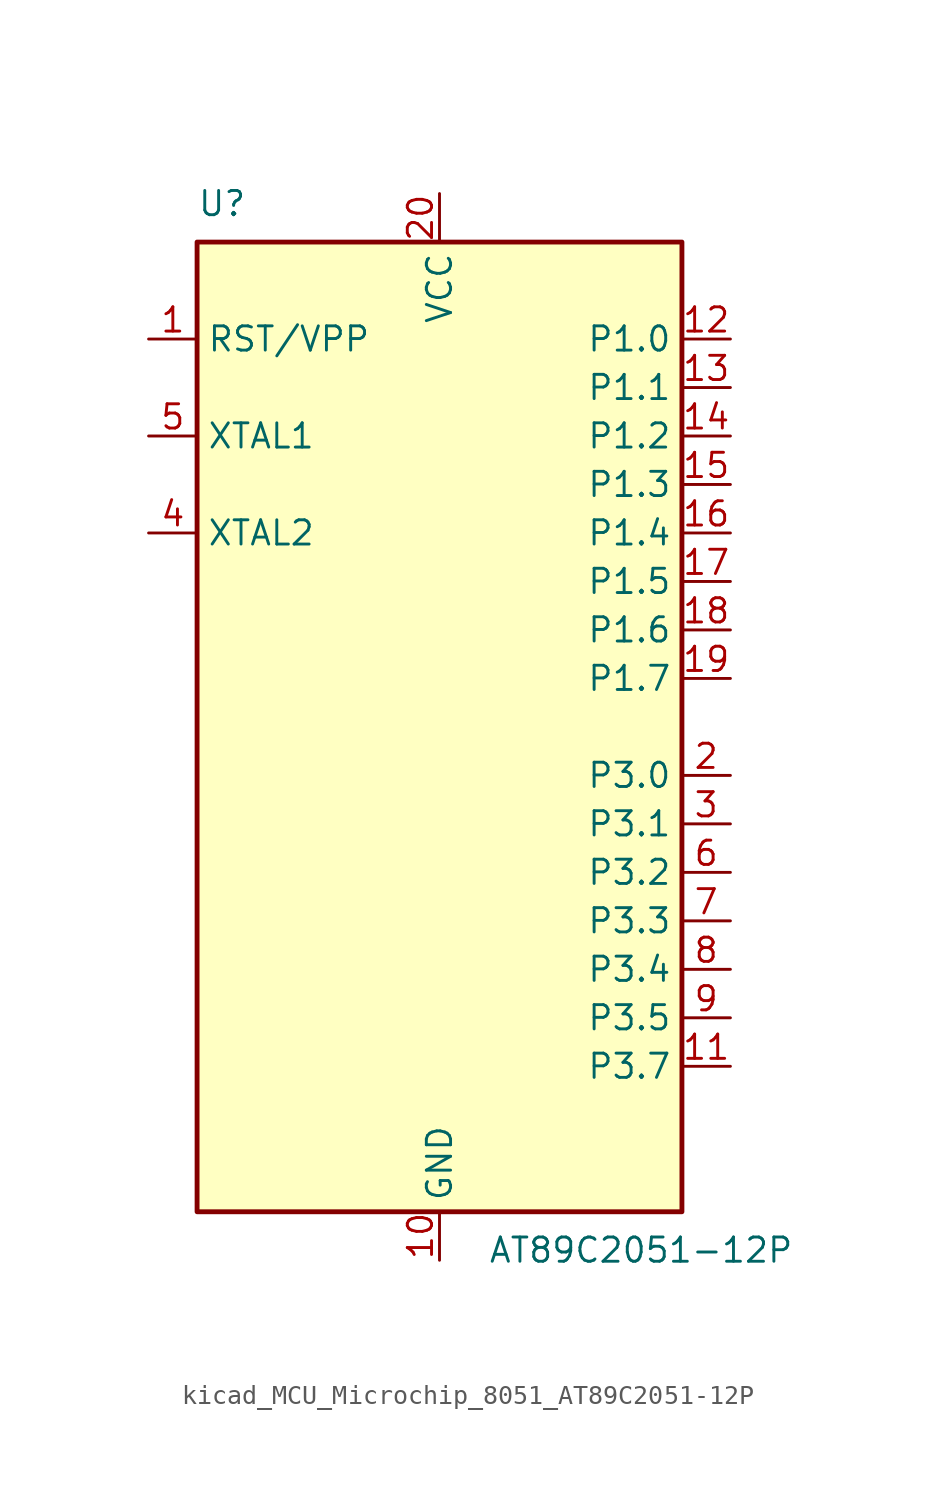
<source format=kicad_sym>
(kicad_symbol_lib
  (version 20220914)
  (generator kicad_symbol_editor)
  (symbol "kicad_MCU_Microchip_8051_AT89C2051-12P"
    (property "Reference" "U"
      (at -12.7 26.67 0)
      (effects (font (size 1.27 1.27)) (justify left bottom)))
    (property "Value" "AT89C2051-12P"
      (at 2.54 -26.67 0)
      (effects (font (size 1.27 1.27)) (justify left top)))
    (symbol "kicad_MCU_Microchip_8051_AT89C2051-12P_0_1"
      (rectangle (start -12.7 -25.4) (end 12.7 25.4) (stroke (width 0.254) (type default)) (fill (type background))))
    (symbol "kicad_MCU_Microchip_8051_AT89C2051-12P_1_1"
      (pin input line (at -15.24 20.32 0) (length 2.54) (name "RST/VPP" (effects (font (size 1.27 1.27)))) (number "1" (effects (font (size 1.27 1.27)))))
      (pin power_in line (at 0 -27.94 90) (length 2.54) (name "GND" (effects (font (size 1.27 1.27)))) (number "10" (effects (font (size 1.27 1.27)))))
      (pin bidirectional line (at 15.24 -17.78 180) (length 2.54) (name "P3.7" (effects (font (size 1.27 1.27)))) (number "11" (effects (font (size 1.27 1.27)))))
      (pin bidirectional line (at 15.24 20.32 180) (length 2.54) (name "P1.0" (effects (font (size 1.27 1.27)))) (number "12" (effects (font (size 1.27 1.27)))))
      (pin bidirectional line (at 15.24 17.78 180) (length 2.54) (name "P1.1" (effects (font (size 1.27 1.27)))) (number "13" (effects (font (size 1.27 1.27)))))
      (pin bidirectional line (at 15.24 15.24 180) (length 2.54) (name "P1.2" (effects (font (size 1.27 1.27)))) (number "14" (effects (font (size 1.27 1.27)))))
      (pin bidirectional line (at 15.24 12.7 180) (length 2.54) (name "P1.3" (effects (font (size 1.27 1.27)))) (number "15" (effects (font (size 1.27 1.27)))))
      (pin bidirectional line (at 15.24 10.16 180) (length 2.54) (name "P1.4" (effects (font (size 1.27 1.27)))) (number "16" (effects (font (size 1.27 1.27)))))
      (pin bidirectional line (at 15.24 7.62 180) (length 2.54) (name "P1.5" (effects (font (size 1.27 1.27)))) (number "17" (effects (font (size 1.27 1.27)))))
      (pin bidirectional line (at 15.24 5.08 180) (length 2.54) (name "P1.6" (effects (font (size 1.27 1.27)))) (number "18" (effects (font (size 1.27 1.27)))))
      (pin bidirectional line (at 15.24 2.54 180) (length 2.54) (name "P1.7" (effects (font (size 1.27 1.27)))) (number "19" (effects (font (size 1.27 1.27)))))
      (pin bidirectional line (at 15.24 -2.54 180) (length 2.54) (name "P3.0" (effects (font (size 1.27 1.27)))) (number "2" (effects (font (size 1.27 1.27)))))
      (pin power_in line (at 0 27.94 270) (length 2.54) (name "VCC" (effects (font (size 1.27 1.27)))) (number "20" (effects (font (size 1.27 1.27)))))
      (pin bidirectional line (at 15.24 -5.08 180) (length 2.54) (name "P3.1" (effects (font (size 1.27 1.27)))) (number "3" (effects (font (size 1.27 1.27)))))
      (pin output line (at -15.24 10.16 0) (length 2.54) (name "XTAL2" (effects (font (size 1.27 1.27)))) (number "4" (effects (font (size 1.27 1.27)))))
      (pin input line (at -15.24 15.24 0) (length 2.54) (name "XTAL1" (effects (font (size 1.27 1.27)))) (number "5" (effects (font (size 1.27 1.27)))))
      (pin bidirectional line (at 15.24 -7.62 180) (length 2.54) (name "P3.2" (effects (font (size 1.27 1.27)))) (number "6" (effects (font (size 1.27 1.27)))))
      (pin bidirectional line (at 15.24 -10.16 180) (length 2.54) (name "P3.3" (effects (font (size 1.27 1.27)))) (number "7" (effects (font (size 1.27 1.27)))))
      (pin bidirectional line (at 15.24 -12.7 180) (length 2.54) (name "P3.4" (effects (font (size 1.27 1.27)))) (number "8" (effects (font (size 1.27 1.27)))))
      (pin bidirectional line (at 15.24 -15.24 180) (length 2.54) (name "P3.5" (effects (font (size 1.27 1.27)))) (number "9" (effects (font (size 1.27 1.27))))))))
</source>
